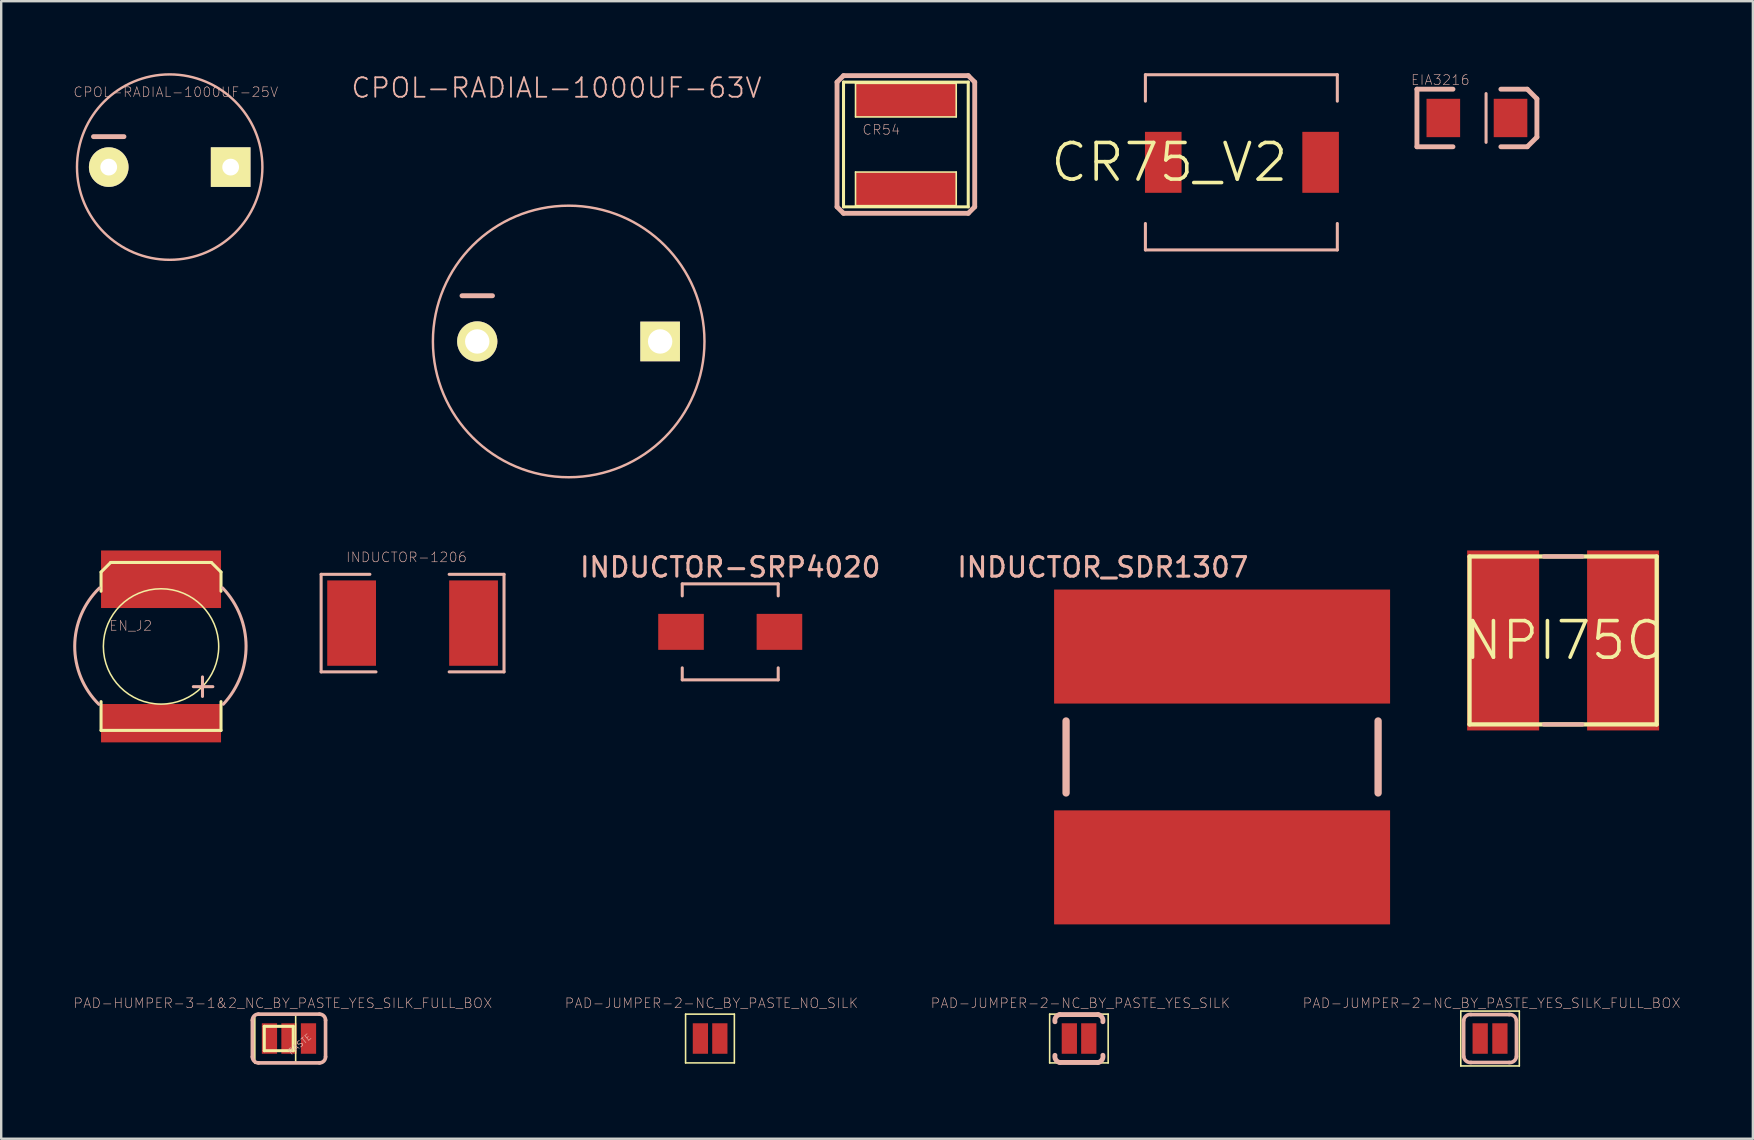
<source format=kicad_pcb>
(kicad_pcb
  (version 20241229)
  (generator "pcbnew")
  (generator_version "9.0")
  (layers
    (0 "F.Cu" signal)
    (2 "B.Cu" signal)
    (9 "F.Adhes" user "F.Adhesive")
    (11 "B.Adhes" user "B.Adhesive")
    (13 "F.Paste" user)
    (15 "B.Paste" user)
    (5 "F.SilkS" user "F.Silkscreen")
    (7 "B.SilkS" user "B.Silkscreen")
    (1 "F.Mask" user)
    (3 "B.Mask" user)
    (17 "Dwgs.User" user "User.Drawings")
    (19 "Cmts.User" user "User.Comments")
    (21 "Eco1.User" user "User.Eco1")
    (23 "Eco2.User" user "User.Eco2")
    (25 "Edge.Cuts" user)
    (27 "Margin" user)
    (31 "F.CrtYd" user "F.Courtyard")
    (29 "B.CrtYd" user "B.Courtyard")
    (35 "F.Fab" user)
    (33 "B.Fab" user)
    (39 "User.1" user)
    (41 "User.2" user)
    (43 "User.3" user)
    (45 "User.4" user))
  (footprint "CR54"
    (layer "F.Cu")
    (at 34.691 2.969)
    (property "Reference" "CR54" (at -1.024 -0.612 0) (layer "B.SilkS") (effects (font (size 0.406 0.406) (thickness 0.025))))
    (attr smd)
    (fp_line (start -2.598 -2.598) (end -2.598 2.598) (stroke (width 0.127) (type solid)) (layer "F.SilkS"))
    (fp_line (start -2.598 2.598) (end 2.598 2.598) (stroke (width 0.127) (type solid)) (layer "F.SilkS"))
    (fp_line (start -2.098 -2.548) (end 2.098 -2.548) (stroke (width 0.066) (type solid)) (layer "F.SilkS"))
    (fp_line (start -2.098 -1.148) (end -2.098 -2.548) (stroke (width 0.066) (type solid)) (layer "F.SilkS"))
    (fp_line (start -2.098 -1.148) (end 2.098 -1.148) (stroke (width 0.066) (type solid)) (layer "F.SilkS"))
    (fp_line (start -2.098 1.148) (end 2.098 1.148) (stroke (width 0.066) (type solid)) (layer "F.SilkS"))
    (fp_line (start -2.098 2.548) (end -2.098 1.148) (stroke (width 0.066) (type solid)) (layer "F.SilkS"))
    (fp_line (start -2.098 2.548) (end 2.098 2.548) (stroke (width 0.066) (type solid)) (layer "F.SilkS"))
    (fp_line (start 2.098 -1.148) (end 2.098 -2.548) (stroke (width 0.066) (type solid)) (layer "F.SilkS"))
    (fp_line (start 2.098 2.548) (end 2.098 1.148) (stroke (width 0.066) (type solid)) (layer "F.SilkS"))
    (fp_line (start 2.598 -2.598) (end -2.598 -2.598) (stroke (width 0.127) (type solid)) (layer "F.SilkS"))
    (fp_line (start 2.598 2.598) (end 2.598 -2.598) (stroke (width 0.127) (type solid)) (layer "F.SilkS"))
    (fp_line (start -2.868 -2.598) (end -2.868 2.598) (stroke (width 0.203) (type solid)) (layer "B.SilkS"))
    (fp_line (start -2.868 -2.598) (end -2.598 -2.868) (stroke (width 0.203) (type solid)) (layer "B.SilkS"))
    (fp_line (start -2.868 2.598) (end -2.598 2.868) (stroke (width 0.203) (type solid)) (layer "B.SilkS"))
    (fp_line (start -2.598 2.868) (end 2.598 2.868) (stroke (width 0.203) (type solid)) (layer "B.SilkS"))
    (fp_line (start 2.598 -2.868) (end -2.598 -2.868) (stroke (width 0.203) (type solid)) (layer "B.SilkS"))
    (fp_line (start 2.598 -2.868) (end 2.868 -2.598) (stroke (width 0.203) (type solid)) (layer "B.SilkS"))
    (fp_line (start 2.598 2.868) (end 2.868 2.598) (stroke (width 0.203) (type solid)) (layer "B.SilkS"))
    (fp_line (start 2.868 2.598) (end 2.868 -2.598) (stroke (width 0.203) (type solid)) (layer "B.SilkS"))
    (pad "P$1" smd rect (at 0 -1.849) (size 4.199 1.4) (layers "F.Cu" "F.Mask" "F.Paste"))
    (pad "P$2" smd rect (at 0 1.849) (size 4.199 1.4) (layers "F.Cu" "F.Mask" "F.Paste")))
  (footprint "INDUCTOR-SRP4020"
    (layer "F.Cu")
    (at 27.373 23.275)
    (property "Reference" "INDUCTOR-SRP4020" (at 0 -2.692 0) (layer "B.SilkS") (effects (font (size 0.813 0.813) (thickness 0.127))))
    (attr smd)
    (fp_line (start -1.999 -1.999) (end -1.999 -1.499) (stroke (width 0.127) (type solid)) (layer "B.SilkS"))
    (fp_line (start -1.999 -1.999) (end 1.999 -1.999) (stroke (width 0.127) (type solid)) (layer "B.SilkS"))
    (fp_line (start -1.999 1.999) (end -1.999 1.499) (stroke (width 0.127) (type solid)) (layer "B.SilkS"))
    (fp_line (start 1.999 -1.999) (end 1.999 -1.499) (stroke (width 0.127) (type solid)) (layer "B.SilkS"))
    (fp_line (start 1.999 1.999) (end -1.999 1.999) (stroke (width 0.127) (type solid)) (layer "B.SilkS"))
    (fp_line (start 1.999 1.999) (end 1.999 1.499) (stroke (width 0.127) (type solid)) (layer "B.SilkS"))
    (pad "P$1" smd rect (at -2.05 0 90) (size 1.499 1.9) (layers "F.Cu" "F.Mask" "F.Paste"))
    (pad "P$2" smd rect (at 2.05 0 90) (size 1.499 1.9) (layers "F.Cu" "F.Mask" "F.Paste")))
  (footprint "INDUCTOR_SDR1307"
    (layer "F.Cu")
    (at 47.865 28.487)
    (property "Reference" "INDUCTOR_SDR1307" (at -4.966 -7.904 0) (layer "B.SilkS") (effects (font (size 0.813 0.813) (thickness 0.127))))
    (attr smd)
    (fp_line (start -6.5 -1.499) (end -6.5 1.499) (stroke (width 0.305) (type solid)) (layer "B.SilkS"))
    (fp_line (start 6.5 -1.499) (end 6.5 1.499) (stroke (width 0.305) (type solid)) (layer "B.SilkS"))
    (pad "P$1" smd rect (at 0 -4.6) (size 13.998 4.75) (layers "F.Cu" "F.Mask" "F.Paste"))
    (pad "P$2" smd rect (at 0 4.6) (size 13.998 4.75) (layers "F.Cu" "F.Mask" "F.Paste")))
  (footprint "CPOL-RADIAL-1000UF-63V"
    (layer "F.Cu")
    (at 20.643 11.176)
    (property "Reference" "CPOL-RADIAL-1000UF-63V" (at -0.508 -10.566 0) (layer "B.SilkS") (effects (font (size 0.813 0.813) (thickness 0.076))))
    (attr exclude_from_pos_files exclude_from_bom)
    (fp_line (start -3.175 -1.905) (end -4.445 -1.905) (stroke (width 0.203) (type solid)) (layer "B.SilkS"))
    (fp_circle (center 0 0) (end -4 4) (stroke (width 0.102) (type solid)) (fill no) (layer "B.SilkS"))
    (pad "1" thru_hole rect (at 3.81 0) (size 1.651 1.651) (drill 1.016) (layers "*.Cu" "F.Mask" "F.SilkS" "F.Paste"))
    (pad "2" thru_hole circle (at -3.81 0) (size 1.676 1.676) (drill 1.016) (layers "*.Cu" "F.Mask" "F.SilkS" "F.Paste")))
  (footprint "PAD-JUMPER-2-NC_BY_PASTE_NO_SILK"
    (layer "F.Cu")
    (at 26.529 40.217)
    (property "Reference" "PAD-JUMPER-2-NC_BY_PASTE_NO_SILK" (at 0.064 -1.473 0) (layer "B.SilkS") (effects (font (size 0.406 0.406) (thickness 0.025))))
    (attr smd)
    (fp_line (start -1.016 -1.016) (end 1.016 -1.016) (stroke (width 0.066) (type solid)) (layer "F.SilkS"))
    (fp_line (start -1.016 1.016) (end -1.016 -1.016) (stroke (width 0.066) (type solid)) (layer "F.SilkS"))
    (fp_line (start -1.016 1.016) (end 1.016 1.016) (stroke (width 0.066) (type solid)) (layer "F.SilkS"))
    (fp_line (start 1.016 1.016) (end 1.016 -1.016) (stroke (width 0.066) (type solid)) (layer "F.SilkS"))
    (pad "1" smd rect (at -0.399 0 180) (size 0.635 1.27) (layers "F.Cu" "F.Mask" "F.Paste"))
    (pad "2" smd rect (at 0.411 0) (size 0.635 1.27) (layers "F.Cu" "F.Mask" "F.Paste")))
  (footprint "PAD-HUMPER-3-1&2_NC_BY_PASTE_YES_SILK_FULL_BOX"
    (layer "F.Cu")
    (at 8.989 40.217)
    (property "Reference" "PAD-HUMPER-3-1&2_NC_BY_PASTE_YES_SILK_FULL_BOX" (at -0.254 -1.473 0) (layer "B.SilkS") (effects (font (size 0.406 0.406) (thickness 0.025))))
    (attr smd)
    (fp_line (start -1.422 -0.991) (end 0.279 -0.991) (stroke (width 0.066) (type solid)) (layer "F.SilkS"))
    (fp_line (start -1.422 1.016) (end -1.422 -0.991) (stroke (width 0.066) (type solid)) (layer "F.SilkS"))
    (fp_line (start -1.422 1.016) (end 0.279 1.016) (stroke (width 0.066) (type solid)) (layer "F.SilkS"))
    (fp_line (start -1.029 -0.508) (end -1.029 0.508) (stroke (width 0.127) (type solid)) (layer "F.SilkS"))
    (fp_line (start -1.029 0.508) (end 0.178 0.508) (stroke (width 0.127) (type solid)) (layer "F.SilkS"))
    (fp_line (start 0.178 -0.508) (end -1.029 -0.508) (stroke (width 0.127) (type solid)) (layer "F.SilkS"))
    (fp_line (start 0.178 0.508) (end 0.178 -0.508) (stroke (width 0.127) (type solid)) (layer "F.SilkS"))
    (fp_line (start 0.279 1.016) (end 0.279 -0.991) (stroke (width 0.066) (type solid)) (layer "F.SilkS"))
    (fp_line (start -1.524 0.762) (end -1.524 -0.762) (stroke (width 0.152) (type solid)) (layer "B.SilkS"))
    (fp_line (start -1.27 -1.016) (end 1.27 -1.016) (stroke (width 0.152) (type solid)) (layer "B.SilkS"))
    (fp_line (start 1.27 1.016) (end -1.27 1.016) (stroke (width 0.152) (type solid)) (layer "B.SilkS"))
    (fp_line (start 1.524 0.762) (end 1.524 -0.762) (stroke (width 0.152) (type solid)) (layer "B.SilkS"))
    (fp_arc (start -1.524 -0.762) (mid -1.449605 -0.941605) (end -1.27 -1.016) (stroke (width 0.1524) (type solid)) (layer "B.SilkS"))
    (fp_arc (start -1.27 1.016) (mid -1.449605 0.941605) (end -1.524 0.762) (stroke (width 0.1524) (type solid)) (layer "B.SilkS"))
    (fp_arc (start 1.27 -1.016) (mid 1.449605 -0.941605) (end 1.524 -0.762) (stroke (width 0.1524) (type solid)) (layer "B.SilkS"))
    (fp_arc (start 1.524 0.762) (mid 1.449605 0.941605) (end 1.27 1.016) (stroke (width 0.1524) (type solid)) (layer "B.SilkS"))
    (fp_text user "PASTE" (at 0.445 0.241 40) (layer "B.SilkS") (effects (font (size 0.254 0.254) (thickness 0.025))))
    (pad "1" smd rect (at -0.813 0) (size 0.635 1.27) (layers "F.Cu" "F.Mask" "F.Paste"))
    (pad "2" smd rect (at 0 0) (size 0.635 1.27) (layers "F.Cu" "F.Mask" "F.Paste"))
    (pad "3" smd rect (at 0.813 0) (size 0.635 1.27) (layers "F.Cu" "F.Mask" "F.Paste")))
  (footprint "EN_J2"
    (layer "F.Cu")
    (at 3.659 23.882)
    (property "Reference" "EN_J2" (at -1.262 -0.861 0) (layer "B.SilkS") (effects (font (size 0.406 0.406) (thickness 0.025))))
    (attr smd)
    (fp_line (start -2.499 -3.099) (end -2.499 -2.299) (stroke (width 0.127) (type solid)) (layer "F.SilkS"))
    (fp_line (start -2.499 3.498) (end -2.499 2.299) (stroke (width 0.127) (type solid)) (layer "F.SilkS"))
    (fp_line (start -2.499 3.498) (end 2.499 3.498) (stroke (width 0.127) (type solid)) (layer "F.SilkS"))
    (fp_line (start -2.098 -3.498) (end -2.499 -3.099) (stroke (width 0.127) (type solid)) (layer "F.SilkS"))
    (fp_line (start -2.098 -3.498) (end 2.098 -3.498) (stroke (width 0.127) (type solid)) (layer "F.SilkS"))
    (fp_line (start 2.098 -3.498) (end 2.499 -3.099) (stroke (width 0.127) (type solid)) (layer "F.SilkS"))
    (fp_line (start 2.499 -3.099) (end 2.499 -2.299) (stroke (width 0.127) (type solid)) (layer "F.SilkS"))
    (fp_line (start 2.499 3.498) (end 2.499 2.299) (stroke (width 0.127) (type solid)) (layer "F.SilkS"))
    (fp_circle (center 0 0) (end -1.699 1.699) (stroke (width 0.064) (type solid)) (fill no) (layer "F.SilkS"))
    (fp_line (start 1.346 1.676) (end 2.159 1.676) (stroke (width 0.127) (type solid)) (layer "B.SilkS"))
    (fp_line (start 1.727 1.27) (end 1.727 2.083) (stroke (width 0.127) (type solid)) (layer "B.SilkS"))
    (fp_arc (start -2.58826 2.413) (mid -3.595962 -0.015773) (end -2.565722 -2.435071) (stroke (width 0.127) (type solid)) (layer "B.SilkS"))
    (fp_arc (start 2.5654 -2.4384) (mid 3.542805 -0.020832) (end 2.594 2.408103) (stroke (width 0.127) (type solid)) (layer "B.SilkS"))
    (pad "+" smd rect (at 0 3.198) (size 4.999 1.598) (layers "F.Cu" "F.Mask" "F.Paste"))
    (pad "-" smd rect (at 0 -2.799) (size 4.999 2.398) (layers "F.Cu" "F.Mask" "F.Paste")))
  (footprint "CPOL-RADIAL-1000UF-25V"
    (layer "F.Cu")
    (at 4.02 3.912)
    (property "Reference" "CPOL-RADIAL-1000UF-25V" (at 0.254 -3.124 0) (layer "B.SilkS") (effects (font (size 0.406 0.406) (thickness 0.025))))
    (attr exclude_from_pos_files exclude_from_bom)
    (fp_line (start -1.905 -1.27) (end -3.175 -1.27) (stroke (width 0.203) (type solid)) (layer "B.SilkS"))
    (fp_circle (center 0 0) (end -2.731 2.731) (stroke (width 0.102) (type solid)) (fill no) (layer "B.SilkS"))
    (pad "1" thru_hole rect (at 2.54 0) (size 1.651 1.651) (drill 0.699) (layers "*.Cu" "F.Mask" "F.SilkS" "F.Paste"))
    (pad "2" thru_hole circle (at -2.54 0) (size 1.651 1.651) (drill 0.699) (layers "*.Cu" "F.Mask" "F.SilkS" "F.Paste")))
  (footprint "PAD-JUMPER-2-NC_BY_PASTE_YES_SILK_FULL_BOX"
    (layer "F.Cu")
    (at 59.029 40.217)
    (property "Reference" "PAD-JUMPER-2-NC_BY_PASTE_YES_SILK_FULL_BOX" (at 0.066 -1.473 0) (layer "B.SilkS") (effects (font (size 0.406 0.406) (thickness 0.025))))
    (attr smd)
    (fp_line (start -1.219 -1.143) (end 1.219 -1.143) (stroke (width 0.066) (type solid)) (layer "F.SilkS"))
    (fp_line (start -1.219 1.143) (end -1.219 -1.143) (stroke (width 0.066) (type solid)) (layer "F.SilkS"))
    (fp_line (start -1.219 1.143) (end 1.219 1.143) (stroke (width 0.066) (type solid)) (layer "F.SilkS"))
    (fp_line (start 1.219 1.143) (end 1.219 -1.143) (stroke (width 0.066) (type solid)) (layer "F.SilkS"))
    (fp_line (start -1.1 0.749) (end -1.1 -0.749) (stroke (width 0.152) (type solid)) (layer "B.SilkS"))
    (fp_line (start -0.798 -0.998) (end 0.798 -0.998) (stroke (width 0.152) (type solid)) (layer "B.SilkS"))
    (fp_line (start 0.798 0.998) (end -0.798 0.998) (stroke (width 0.152) (type solid)) (layer "B.SilkS"))
    (fp_line (start 1.1 0.749) (end 1.1 -0.749) (stroke (width 0.152) (type solid)) (layer "B.SilkS"))
    (fp_arc (start -1.09982 -0.7493) (mid -1.000769 -0.93763) (end -0.79756 -1.00076) (stroke (width 0.1524) (type solid)) (layer "B.SilkS"))
    (fp_arc (start -0.79756 0.99822) (mid -0.999158 0.93568) (end -1.097324 0.748821) (stroke (width 0.1524) (type solid)) (layer "B.SilkS"))
    (fp_arc (start 0.79756 -0.99822) (mid 0.998973 -0.935834) (end 1.09728 -0.7493) (stroke (width 0.1524) (type solid)) (layer "B.SilkS"))
    (fp_arc (start 1.09982 0.7493) (mid 1.000769 0.93763) (end 0.79756 1.00076) (stroke (width 0.1524) (type solid)) (layer "B.SilkS"))
    (pad "1" smd rect (at -0.411 0) (size 0.635 1.27) (layers "F.Cu" "F.Mask" "F.Paste"))
    (pad "2" smd rect (at 0.411 0) (size 0.635 1.27) (layers "F.Cu" "F.Mask" "F.Paste")))
  (footprint "CR75_V2"
    (layer "F.Cu")
    (at 45.668 3.713)
    (property "Reference" "CR75_V2" (at 0 0 0) (layer "F.SilkS") (effects (font (size 1.524 1.524) (thickness 0.15))))
    (attr smd)
    (fp_line (start -0.998 -3.65) (end -0.998 -2.548) (stroke (width 0.127) (type solid)) (layer "B.SilkS"))
    (fp_line (start -0.998 -3.65) (end 6.998 -3.65) (stroke (width 0.127) (type solid)) (layer "B.SilkS"))
    (fp_line (start -0.998 3.65) (end -0.998 2.548) (stroke (width 0.127) (type solid)) (layer "B.SilkS"))
    (fp_line (start -0.998 3.65) (end 6.998 3.65) (stroke (width 0.127) (type solid)) (layer "B.SilkS"))
    (fp_line (start 6.998 -3.65) (end 6.998 -2.548) (stroke (width 0.127) (type solid)) (layer "B.SilkS"))
    (fp_line (start 6.998 3.65) (end 6.998 2.548) (stroke (width 0.127) (type solid)) (layer "B.SilkS"))
    (pad "P$1" smd rect (at -0.254 0 90) (size 2.54 1.524) (layers "F.Cu" "F.Mask" "F.Paste"))
    (pad "P$2" smd rect (at 6.302 0 90) (size 2.54 1.524) (layers "F.Cu" "F.Mask" "F.Paste")))
  (footprint "NPI75C"
    (layer "F.Cu")
    (at 62.073 23.633)
    (property "Reference" "NPI75C" (at 0 0 0) (layer "F.SilkS") (effects (font (size 1.524 1.524) (thickness 0.15))))
    (attr smd)
    (fp_line (start -3.899 -3.498) (end -3.899 3.498) (stroke (width 0.178) (type solid)) (layer "F.SilkS"))
    (fp_line (start -3.899 3.498) (end 3.899 3.498) (stroke (width 0.178) (type solid)) (layer "F.SilkS"))
    (fp_line (start 3.899 -3.498) (end -3.899 -3.498) (stroke (width 0.178) (type solid)) (layer "F.SilkS"))
    (fp_line (start 3.899 3.498) (end 3.899 -3.498) (stroke (width 0.178) (type solid)) (layer "F.SilkS"))
    (fp_line (start -0.798 3.498) (end 0.798 3.498) (stroke (width 0.178) (type solid)) (layer "B.SilkS"))
    (fp_line (start 0.798 -3.498) (end -0.798 -3.498) (stroke (width 0.178) (type solid)) (layer "B.SilkS"))
    (pad "1" smd rect (at -2.499 0) (size 3 7.498) (layers "F.Cu" "F.Mask" "F.Paste"))
    (pad "2" smd rect (at 2.499 0) (size 3 7.498) (layers "F.Cu" "F.Mask" "F.Paste")))
  (footprint "INDUCTOR-1206"
    (layer "F.Cu")
    (at 14.139 22.91)
    (property "Reference" "INDUCTOR-1206" (at -0.254 -2.743 0) (layer "B.SilkS") (effects (font (size 0.406 0.406) (thickness 0.025))))
    (attr smd)
    (fp_line (start -3.81 -2.032) (end -3.81 2.032) (stroke (width 0.127) (type solid)) (layer "B.SilkS"))
    (fp_line (start -3.81 2.032) (end -1.524 2.032) (stroke (width 0.127) (type solid)) (layer "B.SilkS"))
    (fp_line (start -1.778 -2.032) (end -3.81 -2.032) (stroke (width 0.127) (type solid)) (layer "B.SilkS"))
    (fp_line (start 1.524 -2.032) (end 3.81 -2.032) (stroke (width 0.127) (type solid)) (layer "B.SilkS"))
    (fp_line (start 3.81 -2.032) (end 3.81 2.032) (stroke (width 0.127) (type solid)) (layer "B.SilkS"))
    (fp_line (start 3.81 2.032) (end 1.524 2.032) (stroke (width 0.127) (type solid)) (layer "B.SilkS"))
    (pad "P$1" smd rect (at -2.54 0 90) (size 3.556 2.032) (layers "F.Cu" "F.Mask" "F.Paste"))
    (pad "P$2" smd rect (at 2.54 0 90) (size 3.556 2.032) (layers "F.Cu" "F.Mask" "F.Paste")))
  (footprint "EIA3216"
    (layer "F.Cu")
    (at 58.482 1.865)
    (property "Reference" "EIA3216" (at -1.524 -1.582 0) (layer "B.SilkS") (effects (font (size 0.406 0.406) (thickness 0.025))))
    (attr smd)
    (fp_line (start -2.499 -1.199) (end -0.998 -1.199) (stroke (width 0.203) (type solid)) (layer "B.SilkS"))
    (fp_line (start -2.499 1.199) (end -2.499 -1.199) (stroke (width 0.203) (type solid)) (layer "B.SilkS"))
    (fp_line (start -0.998 1.199) (end -2.499 1.199) (stroke (width 0.203) (type solid)) (layer "B.SilkS"))
    (fp_line (start 0.381 -1.016) (end 0.381 1.016) (stroke (width 0.127) (type solid)) (layer "B.SilkS"))
    (fp_line (start 0.998 1.199) (end 2.098 1.199) (stroke (width 0.203) (type solid)) (layer "B.SilkS"))
    (fp_line (start 2.098 -1.199) (end 0.998 -1.199) (stroke (width 0.203) (type solid)) (layer "B.SilkS"))
    (fp_line (start 2.098 1.199) (end 2.499 0.798) (stroke (width 0.203) (type solid)) (layer "B.SilkS"))
    (fp_line (start 2.499 -0.798) (end 2.098 -1.199) (stroke (width 0.203) (type solid)) (layer "B.SilkS"))
    (fp_line (start 2.499 0.798) (end 2.499 -0.798) (stroke (width 0.203) (type solid)) (layer "B.SilkS"))
    (pad "A" smd rect (at 1.4 0 90) (size 1.598 1.4) (layers "F.Cu" "F.Mask" "F.Paste"))
    (pad "C" smd rect (at -1.4 0 90) (size 1.598 1.4) (layers "F.Cu" "F.Mask" "F.Paste")))
  (footprint "PAD-JUMPER-2-NC_BY_PASTE_YES_SILK"
    (layer "F.Cu")
    (at 41.9 40.217)
    (property "Reference" "PAD-JUMPER-2-NC_BY_PASTE_YES_SILK" (at 0.064 -1.473 0) (layer "B.SilkS") (effects (font (size 0.406 0.406) (thickness 0.025))))
    (attr smd)
    (fp_line (start -1.219 -1.016) (end 1.219 -1.016) (stroke (width 0.066) (type solid)) (layer "F.SilkS"))
    (fp_line (start -1.219 1.016) (end -1.219 -1.016) (stroke (width 0.066) (type solid)) (layer "F.SilkS"))
    (fp_line (start -1.219 1.016) (end 1.219 1.016) (stroke (width 0.066) (type solid)) (layer "F.SilkS"))
    (fp_line (start 1.219 1.016) (end 1.219 -1.016) (stroke (width 0.066) (type solid)) (layer "F.SilkS"))
    (fp_line (start -0.798 -0.998) (end 0.798 -0.998) (stroke (width 0.203) (type solid)) (layer "B.SilkS"))
    (fp_line (start 0.798 0.998) (end -0.798 0.998) (stroke (width 0.203) (type solid)) (layer "B.SilkS"))
    (fp_arc (start -0.99822 -0.6985) (mid -0.961234 -0.889392) (end -0.8001 -0.99822) (stroke (width 0.2032) (type solid)) (layer "B.SilkS"))
    (fp_arc (start -0.79756 0.99822) (mid -0.959438 0.891188) (end -0.99822 0.70104) (stroke (width 0.2032) (type solid)) (layer "B.SilkS"))
    (fp_arc (start 0.79756 -0.99822) (mid 0.959438 -0.891188) (end 0.99822 -0.70104) (stroke (width 0.2032) (type solid)) (layer "B.SilkS"))
    (fp_arc (start 0.99822 0.6985) (mid 0.961234 0.889392) (end 0.8001 0.99822) (stroke (width 0.2032) (type solid)) (layer "B.SilkS"))
    (pad "1" smd rect (at -0.399 0 180) (size 0.635 1.27) (layers "F.Cu" "F.Mask" "F.Paste"))
    (pad "2" smd rect (at 0.411 0) (size 0.635 1.27) (layers "F.Cu" "F.Mask" "F.Paste")))
  (gr_rect
    (start -3 -3)
    (end 69.979 44.393)
    (stroke (width 0.1) (type default))
    (fill no)
    (layer "Edge.Cuts")))
</source>
